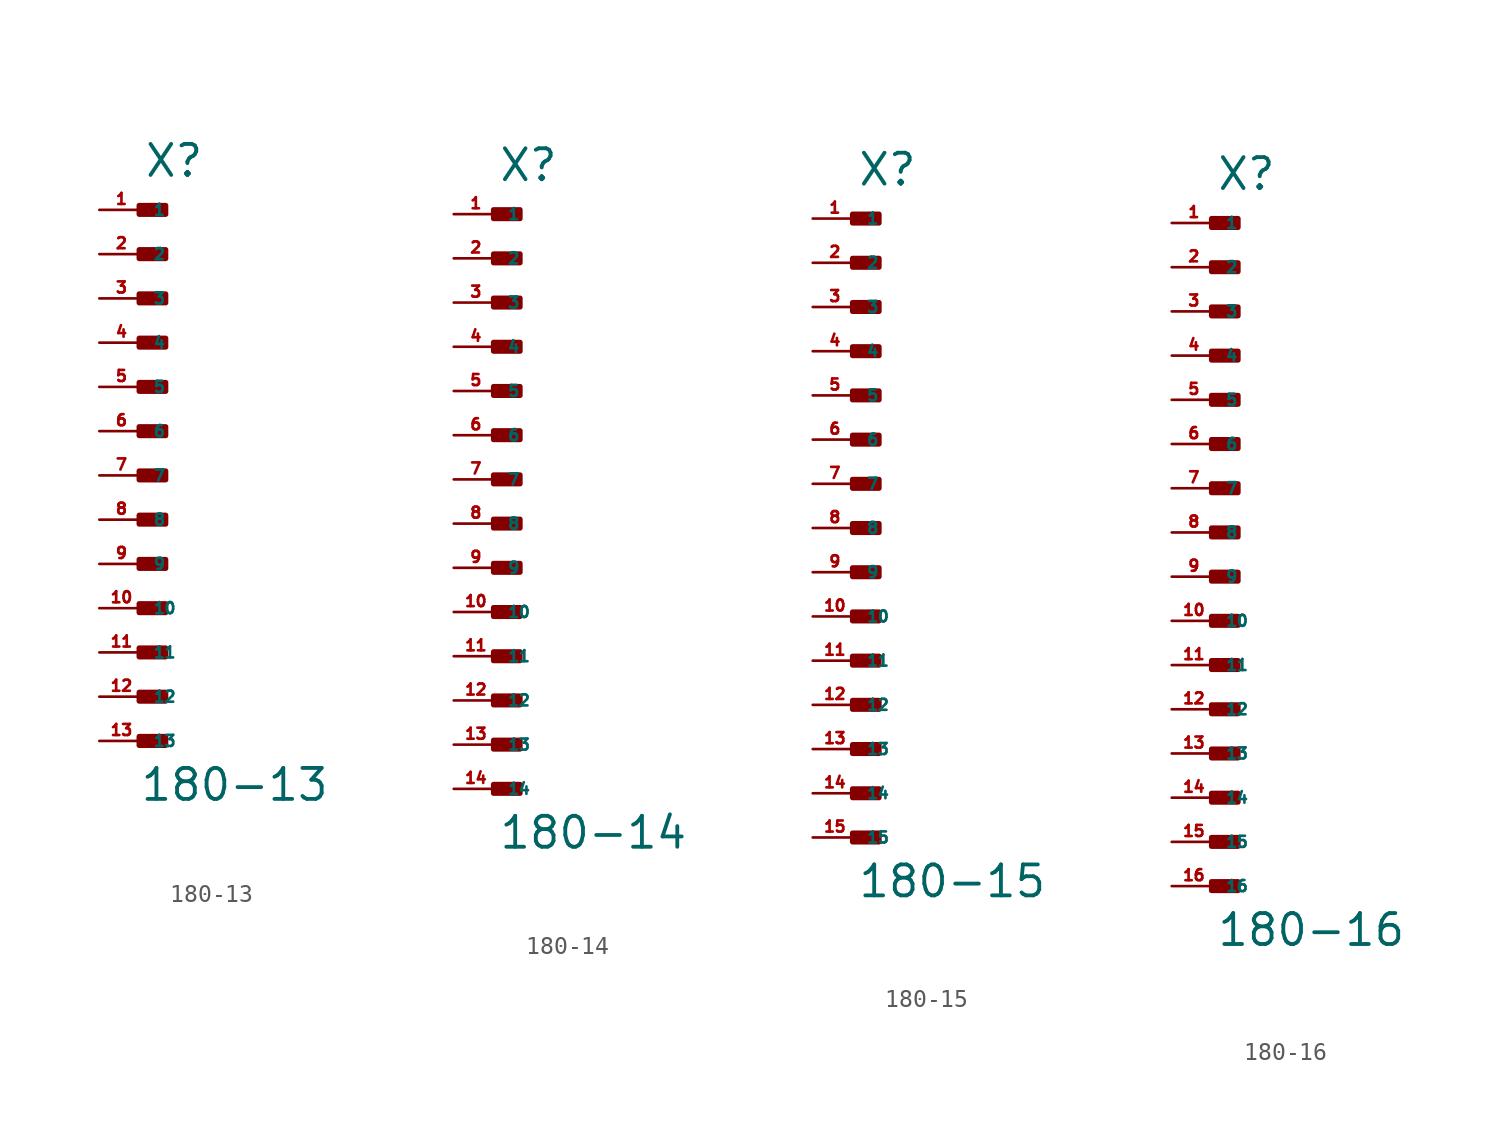
<source format=kicad_sym>
(kicad_symbol_lib
  (version 20220914)
  (generator Eagle2Kicad)
  (symbol "180-13"
    (property "Reference" "X"
      (at 0 17.018 0)
      (effects (font (size 1.778 1.778) (thickness 0.22)) (justify left bottom)))
    (property "Value" "180-13"
      (at -0.254 -18.796 0)
      (effects (font (size 1.778 1.778) (thickness 0.22)) (justify left bottom)))
    (rectangle
      (start -0.254 14.986)
      (end 1.27 15.494)
      (stroke (width 0.3) (type default))
      (fill (type outline)))
    (rectangle
      (start -0.254 12.446)
      (end 1.27 12.954)
      (stroke (width 0.3) (type default))
      (fill (type outline)))
    (rectangle
      (start -0.254 9.906)
      (end 1.27 10.414)
      (stroke (width 0.3) (type default))
      (fill (type outline)))
    (rectangle
      (start -0.254 7.366)
      (end 1.27 7.874)
      (stroke (width 0.3) (type default))
      (fill (type outline)))
    (rectangle
      (start -0.254 4.826)
      (end 1.27 5.334)
      (stroke (width 0.3) (type default))
      (fill (type outline)))
    (rectangle
      (start -0.254 2.286)
      (end 1.27 2.794)
      (stroke (width 0.3) (type default))
      (fill (type outline)))
    (rectangle
      (start -0.254 -0.254)
      (end 1.27 0.254)
      (stroke (width 0.3) (type default))
      (fill (type outline)))
    (rectangle
      (start -0.254 -2.794)
      (end 1.27 -2.286)
      (stroke (width 0.3) (type default))
      (fill (type outline)))
    (rectangle
      (start -0.254 -5.334)
      (end 1.27 -4.826)
      (stroke (width 0.3) (type default))
      (fill (type outline)))
    (rectangle
      (start -0.254 -7.874)
      (end 1.27 -7.366)
      (stroke (width 0.3) (type default))
      (fill (type outline)))
    (rectangle
      (start -0.254 -10.414)
      (end 1.27 -9.906)
      (stroke (width 0.3) (type default))
      (fill (type outline)))
    (rectangle
      (start -0.254 -12.954)
      (end 1.27 -12.446)
      (stroke (width 0.3) (type default))
      (fill (type outline)))
    (rectangle
      (start -0.254 -15.494)
      (end 1.27 -14.986)
      (stroke (width 0.3) (type default))
      (fill (type outline)))
    (pin passive line
      (at -2.54 15.24 0)
      (length 2.54)
      (name "1" (effects (font (size 0.635 0.635) (thickness 0.08)) (justify left bottom)))
      (number "1" (effects (font (size 0.635 0.635) (thickness 0.08)) (justify left bottom))))
    (pin passive line
      (at -2.54 12.7 0)
      (length 2.54)
      (name "2" (effects (font (size 0.635 0.635) (thickness 0.08)) (justify left bottom)))
      (number "2" (effects (font (size 0.635 0.635) (thickness 0.08)) (justify left bottom))))
    (pin passive line
      (at -2.54 10.16 0)
      (length 2.54)
      (name "3" (effects (font (size 0.635 0.635) (thickness 0.08)) (justify left bottom)))
      (number "3" (effects (font (size 0.635 0.635) (thickness 0.08)) (justify left bottom))))
    (pin passive line
      (at -2.54 7.62 0)
      (length 2.54)
      (name "4" (effects (font (size 0.635 0.635) (thickness 0.08)) (justify left bottom)))
      (number "4" (effects (font (size 0.635 0.635) (thickness 0.08)) (justify left bottom))))
    (pin passive line
      (at -2.54 5.08 0)
      (length 2.54)
      (name "5" (effects (font (size 0.635 0.635) (thickness 0.08)) (justify left bottom)))
      (number "5" (effects (font (size 0.635 0.635) (thickness 0.08)) (justify left bottom))))
    (pin passive line
      (at -2.54 2.54 0)
      (length 2.54)
      (name "6" (effects (font (size 0.635 0.635) (thickness 0.08)) (justify left bottom)))
      (number "6" (effects (font (size 0.635 0.635) (thickness 0.08)) (justify left bottom))))
    (pin passive line
      (at -2.54 0 0)
      (length 2.54)
      (name "7" (effects (font (size 0.635 0.635) (thickness 0.08)) (justify left bottom)))
      (number "7" (effects (font (size 0.635 0.635) (thickness 0.08)) (justify left bottom))))
    (pin passive line
      (at -2.54 -2.54 0)
      (length 2.54)
      (name "8" (effects (font (size 0.635 0.635) (thickness 0.08)) (justify left bottom)))
      (number "8" (effects (font (size 0.635 0.635) (thickness 0.08)) (justify left bottom))))
    (pin passive line
      (at -2.54 -5.08 0)
      (length 2.54)
      (name "9" (effects (font (size 0.635 0.635) (thickness 0.08)) (justify left bottom)))
      (number "9" (effects (font (size 0.635 0.635) (thickness 0.08)) (justify left bottom))))
    (pin passive line
      (at -2.54 -7.62 0)
      (length 2.54)
      (name "10" (effects (font (size 0.635 0.635) (thickness 0.08)) (justify left bottom)))
      (number "10" (effects (font (size 0.635 0.635) (thickness 0.08)) (justify left bottom))))
    (pin passive line
      (at -2.54 -10.16 0)
      (length 2.54)
      (name "11" (effects (font (size 0.635 0.635) (thickness 0.08)) (justify left bottom)))
      (number "11" (effects (font (size 0.635 0.635) (thickness 0.08)) (justify left bottom))))
    (pin passive line
      (at -2.54 -12.7 0)
      (length 2.54)
      (name "12" (effects (font (size 0.635 0.635) (thickness 0.08)) (justify left bottom)))
      (number "12" (effects (font (size 0.635 0.635) (thickness 0.08)) (justify left bottom))))
    (pin passive line
      (at -2.54 -15.24 0)
      (length 2.54)
      (name "13" (effects (font (size 0.635 0.635) (thickness 0.08)) (justify left bottom)))
      (number "13" (effects (font (size 0.635 0.635) (thickness 0.08)) (justify left bottom)))))
  (symbol "180-14"
    (property "Reference" "X"
      (at 0 17.018 0)
      (effects (font (size 1.778 1.778) (thickness 0.22)) (justify left bottom)))
    (property "Value" "180-14"
      (at 0 -21.336 0)
      (effects (font (size 1.778 1.778) (thickness 0.22)) (justify left bottom)))
    (rectangle
      (start -0.254 14.986)
      (end 1.27 15.494)
      (stroke (width 0.3) (type default))
      (fill (type outline)))
    (rectangle
      (start -0.254 12.446)
      (end 1.27 12.954)
      (stroke (width 0.3) (type default))
      (fill (type outline)))
    (rectangle
      (start -0.254 9.906)
      (end 1.27 10.414)
      (stroke (width 0.3) (type default))
      (fill (type outline)))
    (rectangle
      (start -0.254 7.366)
      (end 1.27 7.874)
      (stroke (width 0.3) (type default))
      (fill (type outline)))
    (rectangle
      (start -0.254 4.826)
      (end 1.27 5.334)
      (stroke (width 0.3) (type default))
      (fill (type outline)))
    (rectangle
      (start -0.254 2.286)
      (end 1.27 2.794)
      (stroke (width 0.3) (type default))
      (fill (type outline)))
    (rectangle
      (start -0.254 -0.254)
      (end 1.27 0.254)
      (stroke (width 0.3) (type default))
      (fill (type outline)))
    (rectangle
      (start -0.254 -2.794)
      (end 1.27 -2.286)
      (stroke (width 0.3) (type default))
      (fill (type outline)))
    (rectangle
      (start -0.254 -5.334)
      (end 1.27 -4.826)
      (stroke (width 0.3) (type default))
      (fill (type outline)))
    (rectangle
      (start -0.254 -7.874)
      (end 1.27 -7.366)
      (stroke (width 0.3) (type default))
      (fill (type outline)))
    (rectangle
      (start -0.254 -10.414)
      (end 1.27 -9.906)
      (stroke (width 0.3) (type default))
      (fill (type outline)))
    (rectangle
      (start -0.254 -12.954)
      (end 1.27 -12.446)
      (stroke (width 0.3) (type default))
      (fill (type outline)))
    (rectangle
      (start -0.254 -15.494)
      (end 1.27 -14.986)
      (stroke (width 0.3) (type default))
      (fill (type outline)))
    (rectangle
      (start -0.254 -18.034)
      (end 1.27 -17.526)
      (stroke (width 0.3) (type default))
      (fill (type outline)))
    (pin passive line
      (at -2.54 15.24 0)
      (length 2.54)
      (name "1" (effects (font (size 0.635 0.635) (thickness 0.08)) (justify left bottom)))
      (number "1" (effects (font (size 0.635 0.635) (thickness 0.08)) (justify left bottom))))
    (pin passive line
      (at -2.54 12.7 0)
      (length 2.54)
      (name "2" (effects (font (size 0.635 0.635) (thickness 0.08)) (justify left bottom)))
      (number "2" (effects (font (size 0.635 0.635) (thickness 0.08)) (justify left bottom))))
    (pin passive line
      (at -2.54 10.16 0)
      (length 2.54)
      (name "3" (effects (font (size 0.635 0.635) (thickness 0.08)) (justify left bottom)))
      (number "3" (effects (font (size 0.635 0.635) (thickness 0.08)) (justify left bottom))))
    (pin passive line
      (at -2.54 7.62 0)
      (length 2.54)
      (name "4" (effects (font (size 0.635 0.635) (thickness 0.08)) (justify left bottom)))
      (number "4" (effects (font (size 0.635 0.635) (thickness 0.08)) (justify left bottom))))
    (pin passive line
      (at -2.54 5.08 0)
      (length 2.54)
      (name "5" (effects (font (size 0.635 0.635) (thickness 0.08)) (justify left bottom)))
      (number "5" (effects (font (size 0.635 0.635) (thickness 0.08)) (justify left bottom))))
    (pin passive line
      (at -2.54 2.54 0)
      (length 2.54)
      (name "6" (effects (font (size 0.635 0.635) (thickness 0.08)) (justify left bottom)))
      (number "6" (effects (font (size 0.635 0.635) (thickness 0.08)) (justify left bottom))))
    (pin passive line
      (at -2.54 0 0)
      (length 2.54)
      (name "7" (effects (font (size 0.635 0.635) (thickness 0.08)) (justify left bottom)))
      (number "7" (effects (font (size 0.635 0.635) (thickness 0.08)) (justify left bottom))))
    (pin passive line
      (at -2.54 -2.54 0)
      (length 2.54)
      (name "8" (effects (font (size 0.635 0.635) (thickness 0.08)) (justify left bottom)))
      (number "8" (effects (font (size 0.635 0.635) (thickness 0.08)) (justify left bottom))))
    (pin passive line
      (at -2.54 -5.08 0)
      (length 2.54)
      (name "9" (effects (font (size 0.635 0.635) (thickness 0.08)) (justify left bottom)))
      (number "9" (effects (font (size 0.635 0.635) (thickness 0.08)) (justify left bottom))))
    (pin passive line
      (at -2.54 -7.62 0)
      (length 2.54)
      (name "10" (effects (font (size 0.635 0.635) (thickness 0.08)) (justify left bottom)))
      (number "10" (effects (font (size 0.635 0.635) (thickness 0.08)) (justify left bottom))))
    (pin passive line
      (at -2.54 -10.16 0)
      (length 2.54)
      (name "11" (effects (font (size 0.635 0.635) (thickness 0.08)) (justify left bottom)))
      (number "11" (effects (font (size 0.635 0.635) (thickness 0.08)) (justify left bottom))))
    (pin passive line
      (at -2.54 -12.7 0)
      (length 2.54)
      (name "12" (effects (font (size 0.635 0.635) (thickness 0.08)) (justify left bottom)))
      (number "12" (effects (font (size 0.635 0.635) (thickness 0.08)) (justify left bottom))))
    (pin passive line
      (at -2.54 -15.24 0)
      (length 2.54)
      (name "13" (effects (font (size 0.635 0.635) (thickness 0.08)) (justify left bottom)))
      (number "13" (effects (font (size 0.635 0.635) (thickness 0.08)) (justify left bottom))))
    (pin passive line
      (at -2.54 -17.78 0)
      (length 2.54)
      (name "14" (effects (font (size 0.635 0.635) (thickness 0.08)) (justify left bottom)))
      (number "14" (effects (font (size 0.635 0.635) (thickness 0.08)) (justify left bottom)))))
  (symbol "180-15"
    (property "Reference" "X"
      (at 0 19.558 0)
      (effects (font (size 1.778 1.778) (thickness 0.22)) (justify left bottom)))
    (property "Value" "180-15"
      (at 0 -21.336 0)
      (effects (font (size 1.778 1.778) (thickness 0.22)) (justify left bottom)))
    (rectangle
      (start -0.254 17.526)
      (end 1.27 18.034)
      (stroke (width 0.3) (type default))
      (fill (type outline)))
    (rectangle
      (start -0.254 14.986)
      (end 1.27 15.494)
      (stroke (width 0.3) (type default))
      (fill (type outline)))
    (rectangle
      (start -0.254 12.446)
      (end 1.27 12.954)
      (stroke (width 0.3) (type default))
      (fill (type outline)))
    (rectangle
      (start -0.254 9.906)
      (end 1.27 10.414)
      (stroke (width 0.3) (type default))
      (fill (type outline)))
    (rectangle
      (start -0.254 7.366)
      (end 1.27 7.874)
      (stroke (width 0.3) (type default))
      (fill (type outline)))
    (rectangle
      (start -0.254 4.826)
      (end 1.27 5.334)
      (stroke (width 0.3) (type default))
      (fill (type outline)))
    (rectangle
      (start -0.254 2.286)
      (end 1.27 2.794)
      (stroke (width 0.3) (type default))
      (fill (type outline)))
    (rectangle
      (start -0.254 -0.254)
      (end 1.27 0.254)
      (stroke (width 0.3) (type default))
      (fill (type outline)))
    (rectangle
      (start -0.254 -2.794)
      (end 1.27 -2.286)
      (stroke (width 0.3) (type default))
      (fill (type outline)))
    (rectangle
      (start -0.254 -5.334)
      (end 1.27 -4.826)
      (stroke (width 0.3) (type default))
      (fill (type outline)))
    (rectangle
      (start -0.254 -7.874)
      (end 1.27 -7.366)
      (stroke (width 0.3) (type default))
      (fill (type outline)))
    (rectangle
      (start -0.254 -10.414)
      (end 1.27 -9.906)
      (stroke (width 0.3) (type default))
      (fill (type outline)))
    (rectangle
      (start -0.254 -12.954)
      (end 1.27 -12.446)
      (stroke (width 0.3) (type default))
      (fill (type outline)))
    (rectangle
      (start -0.254 -15.494)
      (end 1.27 -14.986)
      (stroke (width 0.3) (type default))
      (fill (type outline)))
    (rectangle
      (start -0.254 -18.034)
      (end 1.27 -17.526)
      (stroke (width 0.3) (type default))
      (fill (type outline)))
    (pin passive line
      (at -2.54 17.78 0)
      (length 2.54)
      (name "1" (effects (font (size 0.635 0.635) (thickness 0.08)) (justify left bottom)))
      (number "1" (effects (font (size 0.635 0.635) (thickness 0.08)) (justify left bottom))))
    (pin passive line
      (at -2.54 15.24 0)
      (length 2.54)
      (name "2" (effects (font (size 0.635 0.635) (thickness 0.08)) (justify left bottom)))
      (number "2" (effects (font (size 0.635 0.635) (thickness 0.08)) (justify left bottom))))
    (pin passive line
      (at -2.54 12.7 0)
      (length 2.54)
      (name "3" (effects (font (size 0.635 0.635) (thickness 0.08)) (justify left bottom)))
      (number "3" (effects (font (size 0.635 0.635) (thickness 0.08)) (justify left bottom))))
    (pin passive line
      (at -2.54 10.16 0)
      (length 2.54)
      (name "4" (effects (font (size 0.635 0.635) (thickness 0.08)) (justify left bottom)))
      (number "4" (effects (font (size 0.635 0.635) (thickness 0.08)) (justify left bottom))))
    (pin passive line
      (at -2.54 7.62 0)
      (length 2.54)
      (name "5" (effects (font (size 0.635 0.635) (thickness 0.08)) (justify left bottom)))
      (number "5" (effects (font (size 0.635 0.635) (thickness 0.08)) (justify left bottom))))
    (pin passive line
      (at -2.54 5.08 0)
      (length 2.54)
      (name "6" (effects (font (size 0.635 0.635) (thickness 0.08)) (justify left bottom)))
      (number "6" (effects (font (size 0.635 0.635) (thickness 0.08)) (justify left bottom))))
    (pin passive line
      (at -2.54 2.54 0)
      (length 2.54)
      (name "7" (effects (font (size 0.635 0.635) (thickness 0.08)) (justify left bottom)))
      (number "7" (effects (font (size 0.635 0.635) (thickness 0.08)) (justify left bottom))))
    (pin passive line
      (at -2.54 0 0)
      (length 2.54)
      (name "8" (effects (font (size 0.635 0.635) (thickness 0.08)) (justify left bottom)))
      (number "8" (effects (font (size 0.635 0.635) (thickness 0.08)) (justify left bottom))))
    (pin passive line
      (at -2.54 -2.54 0)
      (length 2.54)
      (name "9" (effects (font (size 0.635 0.635) (thickness 0.08)) (justify left bottom)))
      (number "9" (effects (font (size 0.635 0.635) (thickness 0.08)) (justify left bottom))))
    (pin passive line
      (at -2.54 -5.08 0)
      (length 2.54)
      (name "10" (effects (font (size 0.635 0.635) (thickness 0.08)) (justify left bottom)))
      (number "10" (effects (font (size 0.635 0.635) (thickness 0.08)) (justify left bottom))))
    (pin passive line
      (at -2.54 -7.62 0)
      (length 2.54)
      (name "11" (effects (font (size 0.635 0.635) (thickness 0.08)) (justify left bottom)))
      (number "11" (effects (font (size 0.635 0.635) (thickness 0.08)) (justify left bottom))))
    (pin passive line
      (at -2.54 -10.16 0)
      (length 2.54)
      (name "12" (effects (font (size 0.635 0.635) (thickness 0.08)) (justify left bottom)))
      (number "12" (effects (font (size 0.635 0.635) (thickness 0.08)) (justify left bottom))))
    (pin passive line
      (at -2.54 -12.7 0)
      (length 2.54)
      (name "13" (effects (font (size 0.635 0.635) (thickness 0.08)) (justify left bottom)))
      (number "13" (effects (font (size 0.635 0.635) (thickness 0.08)) (justify left bottom))))
    (pin passive line
      (at -2.54 -15.24 0)
      (length 2.54)
      (name "14" (effects (font (size 0.635 0.635) (thickness 0.08)) (justify left bottom)))
      (number "14" (effects (font (size 0.635 0.635) (thickness 0.08)) (justify left bottom))))
    (pin passive line
      (at -2.54 -17.78 0)
      (length 2.54)
      (name "15" (effects (font (size 0.635 0.635) (thickness 0.08)) (justify left bottom)))
      (number "15" (effects (font (size 0.635 0.635) (thickness 0.08)) (justify left bottom)))))
  (symbol "180-16"
    (property "Reference" "X"
      (at 0 19.558 0)
      (effects (font (size 1.778 1.778) (thickness 0.22)) (justify left bottom)))
    (property "Value" "180-16"
      (at 0 -23.876 0)
      (effects (font (size 1.778 1.778) (thickness 0.22)) (justify left bottom)))
    (rectangle
      (start -0.254 17.526)
      (end 1.27 18.034)
      (stroke (width 0.3) (type default))
      (fill (type outline)))
    (rectangle
      (start -0.254 14.986)
      (end 1.27 15.494)
      (stroke (width 0.3) (type default))
      (fill (type outline)))
    (rectangle
      (start -0.254 12.446)
      (end 1.27 12.954)
      (stroke (width 0.3) (type default))
      (fill (type outline)))
    (rectangle
      (start -0.254 9.906)
      (end 1.27 10.414)
      (stroke (width 0.3) (type default))
      (fill (type outline)))
    (rectangle
      (start -0.254 7.366)
      (end 1.27 7.874)
      (stroke (width 0.3) (type default))
      (fill (type outline)))
    (rectangle
      (start -0.254 4.826)
      (end 1.27 5.334)
      (stroke (width 0.3) (type default))
      (fill (type outline)))
    (rectangle
      (start -0.254 2.286)
      (end 1.27 2.794)
      (stroke (width 0.3) (type default))
      (fill (type outline)))
    (rectangle
      (start -0.254 -0.254)
      (end 1.27 0.254)
      (stroke (width 0.3) (type default))
      (fill (type outline)))
    (rectangle
      (start -0.254 -2.794)
      (end 1.27 -2.286)
      (stroke (width 0.3) (type default))
      (fill (type outline)))
    (rectangle
      (start -0.254 -5.334)
      (end 1.27 -4.826)
      (stroke (width 0.3) (type default))
      (fill (type outline)))
    (rectangle
      (start -0.254 -7.874)
      (end 1.27 -7.366)
      (stroke (width 0.3) (type default))
      (fill (type outline)))
    (rectangle
      (start -0.254 -10.414)
      (end 1.27 -9.906)
      (stroke (width 0.3) (type default))
      (fill (type outline)))
    (rectangle
      (start -0.254 -12.954)
      (end 1.27 -12.446)
      (stroke (width 0.3) (type default))
      (fill (type outline)))
    (rectangle
      (start -0.254 -15.494)
      (end 1.27 -14.986)
      (stroke (width 0.3) (type default))
      (fill (type outline)))
    (rectangle
      (start -0.254 -18.034)
      (end 1.27 -17.526)
      (stroke (width 0.3) (type default))
      (fill (type outline)))
    (rectangle
      (start -0.254 -20.574)
      (end 1.27 -20.066)
      (stroke (width 0.3) (type default))
      (fill (type outline)))
    (pin passive line
      (at -2.54 17.78 0)
      (length 2.54)
      (name "1" (effects (font (size 0.635 0.635) (thickness 0.08)) (justify left bottom)))
      (number "1" (effects (font (size 0.635 0.635) (thickness 0.08)) (justify left bottom))))
    (pin passive line
      (at -2.54 15.24 0)
      (length 2.54)
      (name "2" (effects (font (size 0.635 0.635) (thickness 0.08)) (justify left bottom)))
      (number "2" (effects (font (size 0.635 0.635) (thickness 0.08)) (justify left bottom))))
    (pin passive line
      (at -2.54 12.7 0)
      (length 2.54)
      (name "3" (effects (font (size 0.635 0.635) (thickness 0.08)) (justify left bottom)))
      (number "3" (effects (font (size 0.635 0.635) (thickness 0.08)) (justify left bottom))))
    (pin passive line
      (at -2.54 10.16 0)
      (length 2.54)
      (name "4" (effects (font (size 0.635 0.635) (thickness 0.08)) (justify left bottom)))
      (number "4" (effects (font (size 0.635 0.635) (thickness 0.08)) (justify left bottom))))
    (pin passive line
      (at -2.54 7.62 0)
      (length 2.54)
      (name "5" (effects (font (size 0.635 0.635) (thickness 0.08)) (justify left bottom)))
      (number "5" (effects (font (size 0.635 0.635) (thickness 0.08)) (justify left bottom))))
    (pin passive line
      (at -2.54 5.08 0)
      (length 2.54)
      (name "6" (effects (font (size 0.635 0.635) (thickness 0.08)) (justify left bottom)))
      (number "6" (effects (font (size 0.635 0.635) (thickness 0.08)) (justify left bottom))))
    (pin passive line
      (at -2.54 2.54 0)
      (length 2.54)
      (name "7" (effects (font (size 0.635 0.635) (thickness 0.08)) (justify left bottom)))
      (number "7" (effects (font (size 0.635 0.635) (thickness 0.08)) (justify left bottom))))
    (pin passive line
      (at -2.54 0 0)
      (length 2.54)
      (name "8" (effects (font (size 0.635 0.635) (thickness 0.08)) (justify left bottom)))
      (number "8" (effects (font (size 0.635 0.635) (thickness 0.08)) (justify left bottom))))
    (pin passive line
      (at -2.54 -2.54 0)
      (length 2.54)
      (name "9" (effects (font (size 0.635 0.635) (thickness 0.08)) (justify left bottom)))
      (number "9" (effects (font (size 0.635 0.635) (thickness 0.08)) (justify left bottom))))
    (pin passive line
      (at -2.54 -5.08 0)
      (length 2.54)
      (name "10" (effects (font (size 0.635 0.635) (thickness 0.08)) (justify left bottom)))
      (number "10" (effects (font (size 0.635 0.635) (thickness 0.08)) (justify left bottom))))
    (pin passive line
      (at -2.54 -7.62 0)
      (length 2.54)
      (name "11" (effects (font (size 0.635 0.635) (thickness 0.08)) (justify left bottom)))
      (number "11" (effects (font (size 0.635 0.635) (thickness 0.08)) (justify left bottom))))
    (pin passive line
      (at -2.54 -10.16 0)
      (length 2.54)
      (name "12" (effects (font (size 0.635 0.635) (thickness 0.08)) (justify left bottom)))
      (number "12" (effects (font (size 0.635 0.635) (thickness 0.08)) (justify left bottom))))
    (pin passive line
      (at -2.54 -12.7 0)
      (length 2.54)
      (name "13" (effects (font (size 0.635 0.635) (thickness 0.08)) (justify left bottom)))
      (number "13" (effects (font (size 0.635 0.635) (thickness 0.08)) (justify left bottom))))
    (pin passive line
      (at -2.54 -15.24 0)
      (length 2.54)
      (name "14" (effects (font (size 0.635 0.635) (thickness 0.08)) (justify left bottom)))
      (number "14" (effects (font (size 0.635 0.635) (thickness 0.08)) (justify left bottom))))
    (pin passive line
      (at -2.54 -17.78 0)
      (length 2.54)
      (name "15" (effects (font (size 0.635 0.635) (thickness 0.08)) (justify left bottom)))
      (number "15" (effects (font (size 0.635 0.635) (thickness 0.08)) (justify left bottom))))
    (pin passive line
      (at -2.54 -20.32 0)
      (length 2.54)
      (name "16" (effects (font (size 0.635 0.635) (thickness 0.08)) (justify left bottom)))
      (number "16" (effects (font (size 0.635 0.635) (thickness 0.08)) (justify left bottom))))))
</source>
